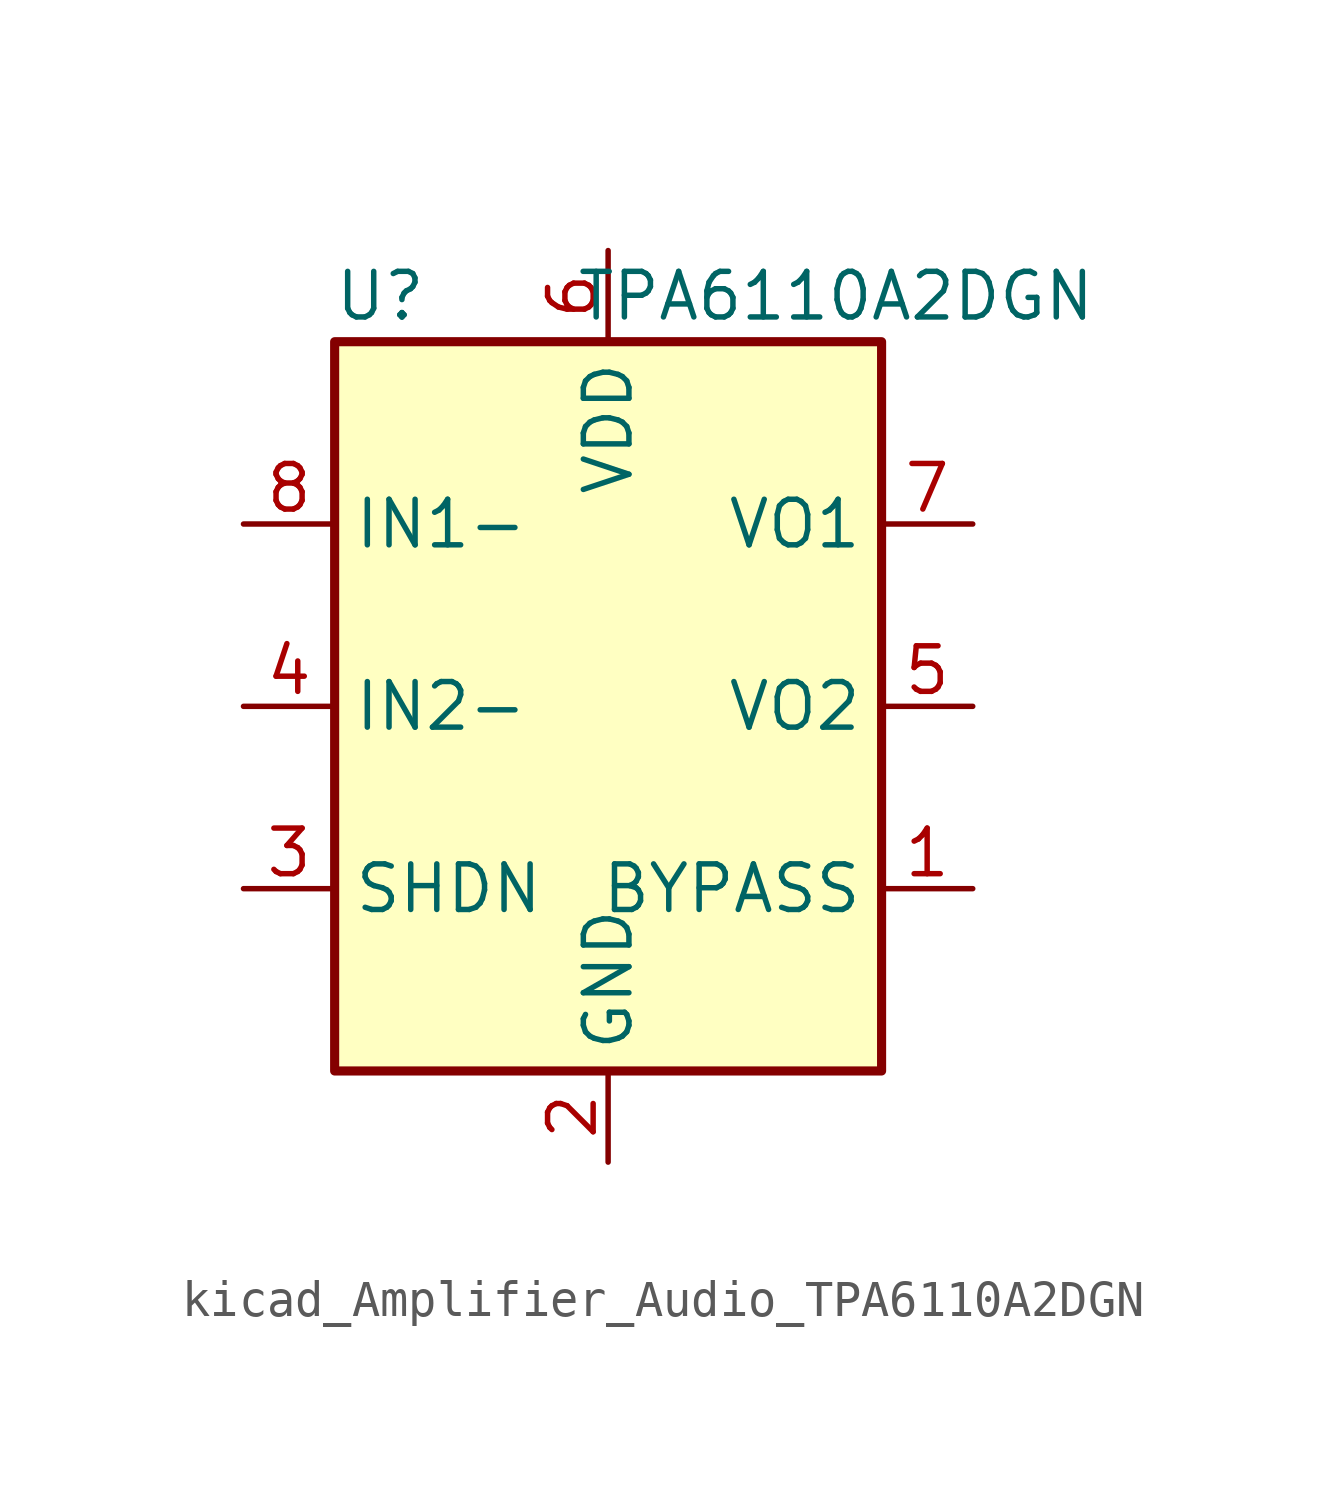
<source format=kicad_sym>
(kicad_symbol_lib
  (version 20220914)
  (generator kicad_symbol_editor)
  (symbol "kicad_Amplifier_Audio_TPA6110A2DGN"
    (property "Reference" "U"
      (at -6.35 11.43 0)
      (effects (font (size 1.27 1.27))))
    (property "Value" "TPA6110A2DGN"
      (at 6.35 11.43 0)
      (effects (font (size 1.27 1.27))))
    (symbol "kicad_Amplifier_Audio_TPA6110A2DGN_0_1"
      (rectangle (start -7.62 10.16) (end 7.62 -10.16) (stroke (width 0.254) (type default)) (fill (type background))))
    (symbol "kicad_Amplifier_Audio_TPA6110A2DGN_1_1"
      (pin passive line (at 10.16 -5.08 180) (length 2.54) (name "BYPASS" (effects (font (size 1.27 1.27)))) (number "1" (effects (font (size 1.27 1.27)))))
      (pin power_in line (at 0 -12.7 90) (length 2.54) (name "GND" (effects (font (size 1.27 1.27)))) (number "2" (effects (font (size 1.27 1.27)))))
      (pin input line (at -10.16 -5.08 0) (length 2.54) (name "SHDN" (effects (font (size 1.27 1.27)))) (number "3" (effects (font (size 1.27 1.27)))))
      (pin input line (at -10.16 0 0) (length 2.54) (name "IN2-" (effects (font (size 1.27 1.27)))) (number "4" (effects (font (size 1.27 1.27)))))
      (pin output line (at 10.16 0 180) (length 2.54) (name "VO2" (effects (font (size 1.27 1.27)))) (number "5" (effects (font (size 1.27 1.27)))))
      (pin power_in line (at 0 12.7 270) (length 2.54) (name "VDD" (effects (font (size 1.27 1.27)))) (number "6" (effects (font (size 1.27 1.27)))))
      (pin output line (at 10.16 5.08 180) (length 2.54) (name "VO1" (effects (font (size 1.27 1.27)))) (number "7" (effects (font (size 1.27 1.27)))))
      (pin input line (at -10.16 5.08 0) (length 2.54) (name "IN1-" (effects (font (size 1.27 1.27)))) (number "8" (effects (font (size 1.27 1.27)))))
      (pin passive line (at 0 -12.7 90) (length 2.54) hide (name "GND" (effects (font (size 1.27 1.27)))) (number "9" (effects (font (size 1.27 1.27))))))))
</source>
